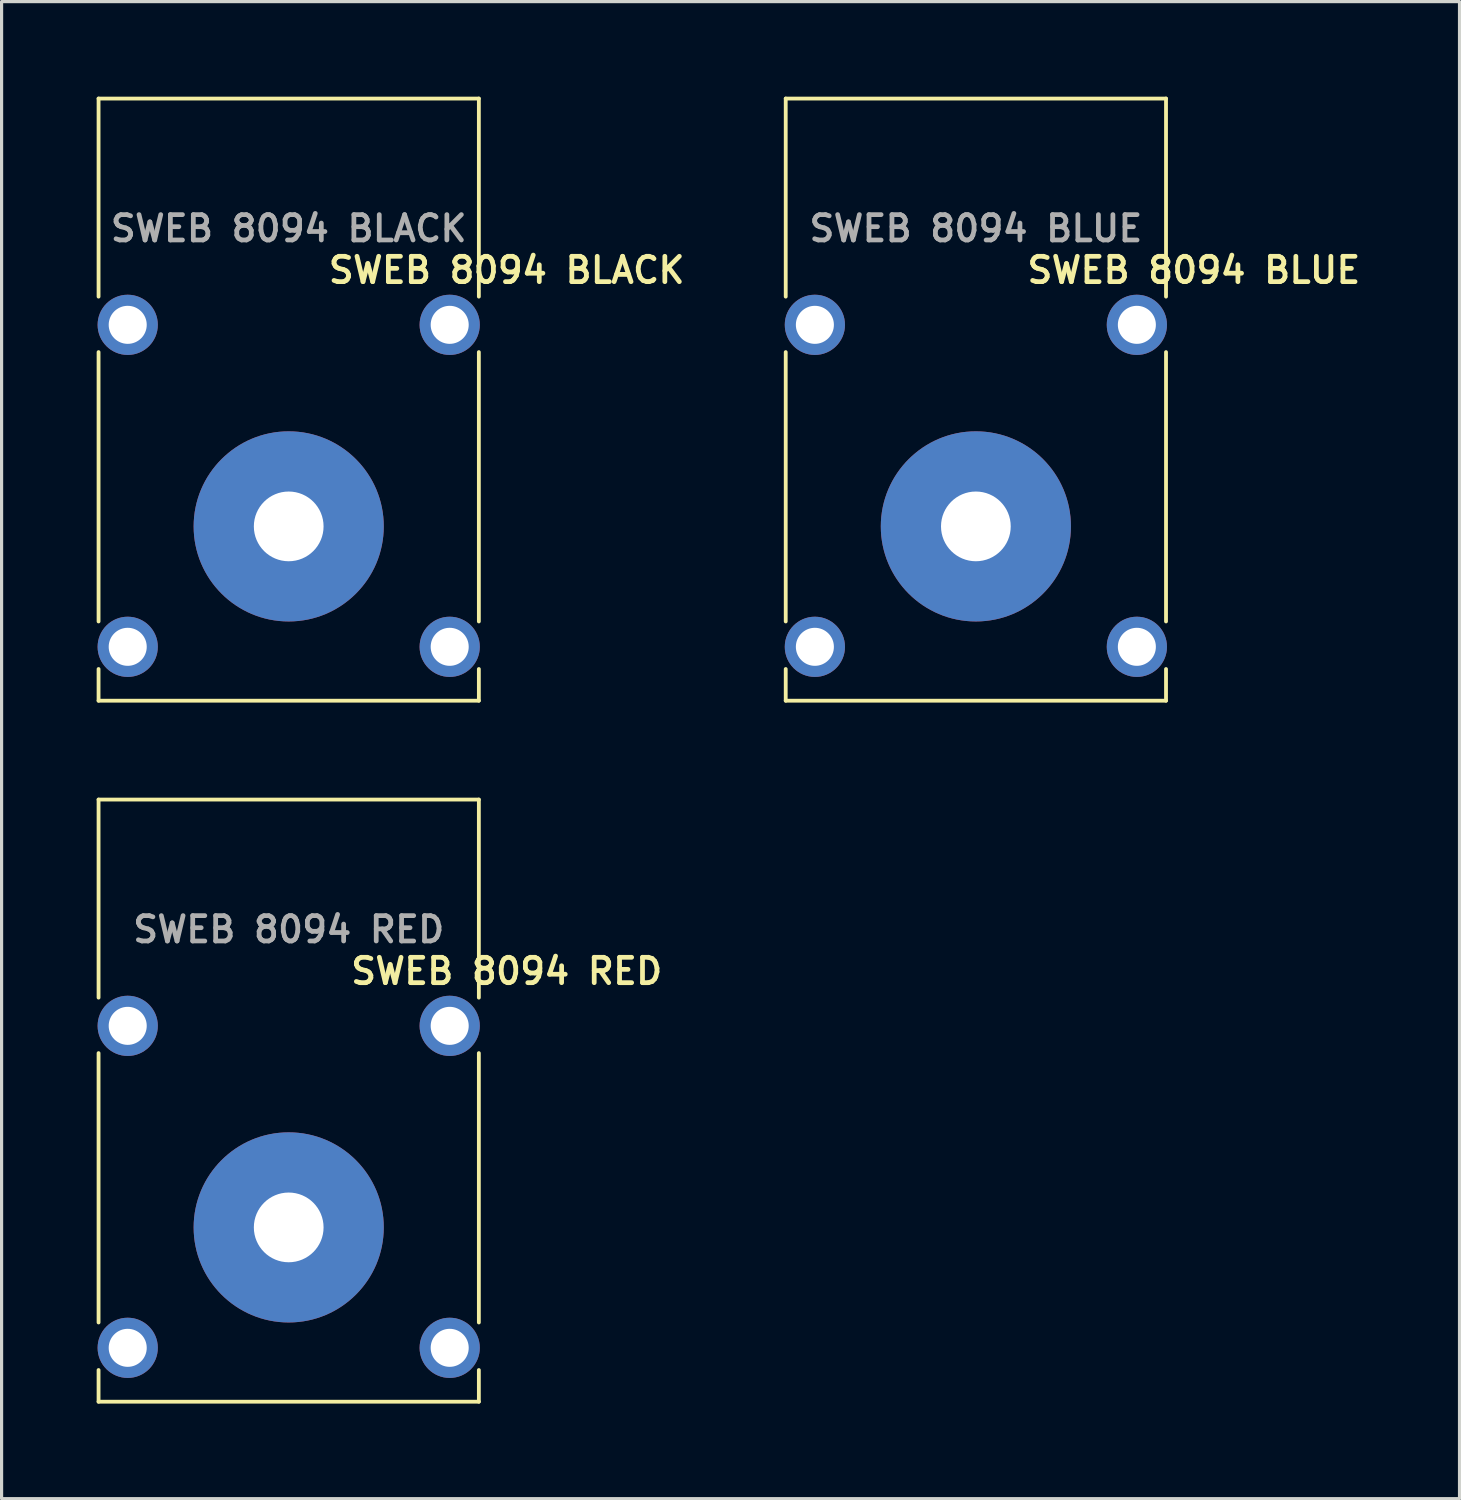
<source format=kicad_pcb>
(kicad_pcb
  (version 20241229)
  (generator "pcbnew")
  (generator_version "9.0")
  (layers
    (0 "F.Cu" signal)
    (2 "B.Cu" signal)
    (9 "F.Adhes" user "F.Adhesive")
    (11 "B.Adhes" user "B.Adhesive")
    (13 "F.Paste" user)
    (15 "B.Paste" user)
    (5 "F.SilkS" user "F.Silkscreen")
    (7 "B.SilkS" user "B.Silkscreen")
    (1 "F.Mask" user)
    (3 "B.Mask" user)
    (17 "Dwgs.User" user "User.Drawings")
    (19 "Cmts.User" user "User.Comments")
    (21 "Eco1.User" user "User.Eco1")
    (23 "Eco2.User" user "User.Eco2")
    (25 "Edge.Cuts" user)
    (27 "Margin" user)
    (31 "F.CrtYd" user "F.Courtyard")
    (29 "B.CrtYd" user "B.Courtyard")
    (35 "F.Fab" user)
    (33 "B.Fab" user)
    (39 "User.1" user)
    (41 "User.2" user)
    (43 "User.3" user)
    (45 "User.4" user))
  (footprint "SWEB 8094 BLACK"
    (layer "F.Cu")
    (at 6.06 13.56)
    (property "Reference" "SWEB 8094 BLACK" (at 6.878 -8.085 0) (unlocked yes) (layer "F.SilkS") (effects (font (size 0.8 0.8) (thickness 0.15))))
    (attr through_hole)
    (fp_line (start -6 -13.5) (end -6 -7.25) (stroke (width 0.12) (type solid)) (layer "F.SilkS"))
    (fp_line (start -6 -13.5) (end 6 -13.5) (stroke (width 0.12) (type solid)) (layer "F.SilkS"))
    (fp_line (start -6 -5.5) (end -6 3) (stroke (width 0.12) (type solid)) (layer "F.SilkS"))
    (fp_line (start -6 5.5) (end -6 4.5) (stroke (width 0.12) (type solid)) (layer "F.SilkS"))
    (fp_line (start -6 5.5) (end 6 5.5) (stroke (width 0.12) (type solid)) (layer "F.SilkS"))
    (fp_line (start 6 -13.5) (end 6 -7.25) (stroke (width 0.12) (type solid)) (layer "F.SilkS"))
    (fp_line (start 6 -5.5) (end 6 3) (stroke (width 0.12) (type solid)) (layer "F.SilkS"))
    (fp_line (start 6 5.5) (end 6 4.5) (stroke (width 0.12) (type solid)) (layer "F.SilkS"))
    (fp_text user "${REFERENCE}" (at 0 -9.4 0) (unlocked yes) (layer "F.Fab") (effects (font (size 0.8 0.8) (thickness 0.15))))
    (pad "1" thru_hole circle (at 0 0) (size 6 6) (drill 2.2) (layers "*.Cu" "*.Mask"))
    (pad "MP" thru_hole circle (at -5.08 -6.36) (size 1.9 1.9) (drill 1.2) (layers "*.Cu" "*.Mask"))
    (pad "MP" thru_hole circle (at -5.08 3.8) (size 1.9 1.9) (drill 1.2) (layers "*.Cu" "*.Mask"))
    (pad "MP" thru_hole circle (at 5.08 -6.36) (size 1.9 1.9) (drill 1.2) (layers "*.Cu" "*.Mask"))
    (pad "MP" thru_hole circle (at 5.08 3.8) (size 1.9 1.9) (drill 1.2) (layers "*.Cu" "*.Mask")))
  (footprint "SWEB 8094 RED"
    (layer "F.Cu")
    (at 6.06 35.68)
    (property "Reference" "SWEB 8094 RED" (at 6.878 -8.085 0) (unlocked yes) (layer "F.SilkS") (effects (font (size 0.8 0.8) (thickness 0.15))))
    (attr through_hole)
    (fp_line (start -6 -13.5) (end -6 -7.25) (stroke (width 0.12) (type solid)) (layer "F.SilkS"))
    (fp_line (start -6 -13.5) (end 6 -13.5) (stroke (width 0.12) (type solid)) (layer "F.SilkS"))
    (fp_line (start -6 -5.5) (end -6 3) (stroke (width 0.12) (type solid)) (layer "F.SilkS"))
    (fp_line (start -6 5.5) (end -6 4.5) (stroke (width 0.12) (type solid)) (layer "F.SilkS"))
    (fp_line (start -6 5.5) (end 6 5.5) (stroke (width 0.12) (type solid)) (layer "F.SilkS"))
    (fp_line (start 6 -13.5) (end 6 -7.25) (stroke (width 0.12) (type solid)) (layer "F.SilkS"))
    (fp_line (start 6 -5.5) (end 6 3) (stroke (width 0.12) (type solid)) (layer "F.SilkS"))
    (fp_line (start 6 5.5) (end 6 4.5) (stroke (width 0.12) (type solid)) (layer "F.SilkS"))
    (fp_text user "${REFERENCE}" (at 0 -9.4 0) (unlocked yes) (layer "F.Fab") (effects (font (size 0.8 0.8) (thickness 0.15))))
    (pad "1" thru_hole circle (at 0 0) (size 6 6) (drill 2.2) (layers "*.Cu" "*.Mask"))
    (pad "MP" thru_hole circle (at -5.08 -6.36) (size 1.9 1.9) (drill 1.2) (layers "*.Cu" "*.Mask"))
    (pad "MP" thru_hole circle (at -5.08 3.8) (size 1.9 1.9) (drill 1.2) (layers "*.Cu" "*.Mask"))
    (pad "MP" thru_hole circle (at 5.08 -6.36) (size 1.9 1.9) (drill 1.2) (layers "*.Cu" "*.Mask"))
    (pad "MP" thru_hole circle (at 5.08 3.8) (size 1.9 1.9) (drill 1.2) (layers "*.Cu" "*.Mask")))
  (footprint "SWEB 8094 BLUE"
    (layer "F.Cu")
    (at 27.743 13.56)
    (property "Reference" "SWEB 8094 BLUE" (at 6.878 -8.085 0) (unlocked yes) (layer "F.SilkS") (effects (font (size 0.8 0.8) (thickness 0.15))))
    (attr through_hole)
    (fp_line (start -6 -13.5) (end -6 -7.25) (stroke (width 0.12) (type solid)) (layer "F.SilkS"))
    (fp_line (start -6 -13.5) (end 6 -13.5) (stroke (width 0.12) (type solid)) (layer "F.SilkS"))
    (fp_line (start -6 -5.5) (end -6 3) (stroke (width 0.12) (type solid)) (layer "F.SilkS"))
    (fp_line (start -6 5.5) (end -6 4.5) (stroke (width 0.12) (type solid)) (layer "F.SilkS"))
    (fp_line (start -6 5.5) (end 6 5.5) (stroke (width 0.12) (type solid)) (layer "F.SilkS"))
    (fp_line (start 6 -13.5) (end 6 -7.25) (stroke (width 0.12) (type solid)) (layer "F.SilkS"))
    (fp_line (start 6 -5.5) (end 6 3) (stroke (width 0.12) (type solid)) (layer "F.SilkS"))
    (fp_line (start 6 5.5) (end 6 4.5) (stroke (width 0.12) (type solid)) (layer "F.SilkS"))
    (fp_text user "${REFERENCE}" (at 0 -9.4 0) (unlocked yes) (layer "F.Fab") (effects (font (size 0.8 0.8) (thickness 0.15))))
    (pad "1" thru_hole circle (at 0 0) (size 6 6) (drill 2.2) (layers "*.Cu" "*.Mask"))
    (pad "MP" thru_hole circle (at -5.08 -6.36) (size 1.9 1.9) (drill 1.2) (layers "*.Cu" "*.Mask"))
    (pad "MP" thru_hole circle (at -5.08 3.8) (size 1.9 1.9) (drill 1.2) (layers "*.Cu" "*.Mask"))
    (pad "MP" thru_hole circle (at 5.08 -6.36) (size 1.9 1.9) (drill 1.2) (layers "*.Cu" "*.Mask"))
    (pad "MP" thru_hole circle (at 5.08 3.8) (size 1.9 1.9) (drill 1.2) (layers "*.Cu" "*.Mask")))
  (gr_rect
    (start -3 -3)
    (end 43.004 44.24)
    (stroke (width 0.1) (type default))
    (fill no)
    (layer "Edge.Cuts")))
</source>
